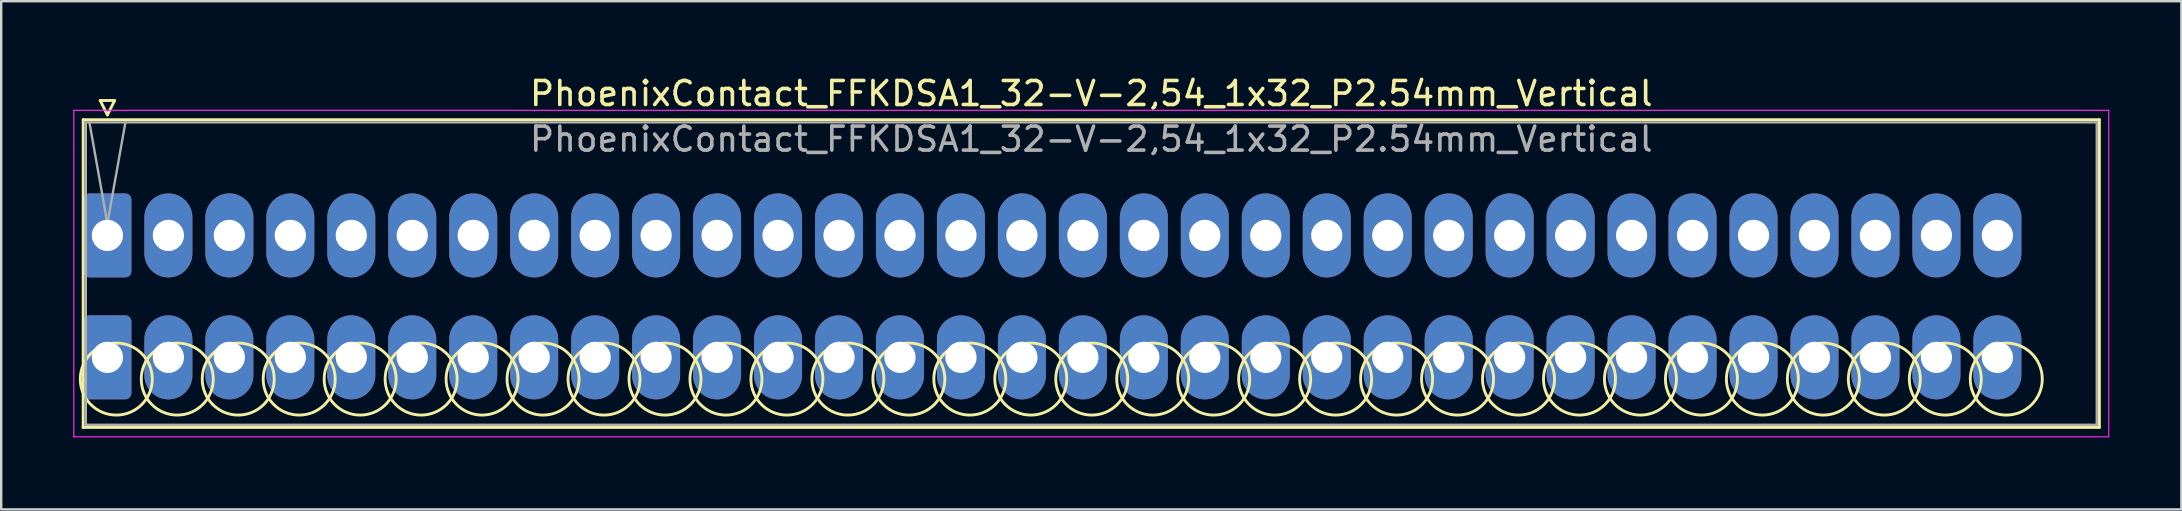
<source format=kicad_pcb>
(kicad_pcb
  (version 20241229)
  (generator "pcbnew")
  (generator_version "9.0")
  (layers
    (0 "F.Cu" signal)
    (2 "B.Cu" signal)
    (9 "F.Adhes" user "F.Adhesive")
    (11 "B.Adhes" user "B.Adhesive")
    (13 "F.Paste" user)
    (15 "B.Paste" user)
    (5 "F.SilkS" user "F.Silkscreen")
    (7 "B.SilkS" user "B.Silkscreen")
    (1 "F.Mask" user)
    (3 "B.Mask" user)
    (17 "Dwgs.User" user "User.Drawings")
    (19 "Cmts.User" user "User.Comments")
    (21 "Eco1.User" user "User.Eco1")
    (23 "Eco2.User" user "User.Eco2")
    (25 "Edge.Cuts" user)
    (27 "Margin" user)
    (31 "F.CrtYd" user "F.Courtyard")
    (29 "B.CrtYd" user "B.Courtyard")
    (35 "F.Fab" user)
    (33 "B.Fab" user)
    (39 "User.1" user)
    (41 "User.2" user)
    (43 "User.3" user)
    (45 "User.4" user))
  (footprint "PhoenixContact_FFKDSA1_32-V-2,54_1x32_P2.54mm_Vertical"
    (layer "F.Cu")
    (at 1.425 6.758)
    (property "Reference" "PhoenixContact_FFKDSA1_32-V-2,54_1x32_P2.54mm_Vertical" (at 40.99 -5.91 0) (layer "F.SilkS") (effects (font (size 1 1) (thickness 0.15))))
    (attr through_hole)
    (fp_line (start -1.01 -4.82) (end -1.01 8) (stroke (width 0.12) (type solid)) (layer "F.SilkS"))
    (fp_line (start -1.01 8) (end 82.99 8) (stroke (width 0.12) (type solid)) (layer "F.SilkS"))
    (fp_line (start -0.3 -5.62) (end 0.3 -5.62) (stroke (width 0.12) (type solid)) (layer "F.SilkS"))
    (fp_line (start 0 -5.02) (end -0.3 -5.62) (stroke (width 0.12) (type solid)) (layer "F.SilkS"))
    (fp_line (start 0.3 -5.62) (end 0 -5.02) (stroke (width 0.12) (type solid)) (layer "F.SilkS"))
    (fp_line (start 82.99 -4.82) (end -1.01 -4.82) (stroke (width 0.12) (type solid)) (layer "F.SilkS"))
    (fp_line (start 82.99 8) (end 82.99 -4.82) (stroke (width 0.12) (type solid)) (layer "F.SilkS"))
    (fp_circle (center 0.37 5.985) (end 1.87 5.985) (stroke (width 0.12) (type solid)) (fill no) (layer "F.SilkS"))
    (fp_circle (center 2.91 5.985) (end 4.41 5.985) (stroke (width 0.12) (type solid)) (fill no) (layer "F.SilkS"))
    (fp_circle (center 5.45 5.985) (end 6.95 5.985) (stroke (width 0.12) (type solid)) (fill no) (layer "F.SilkS"))
    (fp_circle (center 7.99 5.985) (end 9.49 5.985) (stroke (width 0.12) (type solid)) (fill no) (layer "F.SilkS"))
    (fp_circle (center 10.53 5.985) (end 12.03 5.985) (stroke (width 0.12) (type solid)) (fill no) (layer "F.SilkS"))
    (fp_circle (center 13.07 5.985) (end 14.57 5.985) (stroke (width 0.12) (type solid)) (fill no) (layer "F.SilkS"))
    (fp_circle (center 15.61 5.985) (end 17.11 5.985) (stroke (width 0.12) (type solid)) (fill no) (layer "F.SilkS"))
    (fp_circle (center 18.15 5.985) (end 19.65 5.985) (stroke (width 0.12) (type solid)) (fill no) (layer "F.SilkS"))
    (fp_circle (center 20.69 5.985) (end 22.19 5.985) (stroke (width 0.12) (type solid)) (fill no) (layer "F.SilkS"))
    (fp_circle (center 23.23 5.985) (end 24.73 5.985) (stroke (width 0.12) (type solid)) (fill no) (layer "F.SilkS"))
    (fp_circle (center 25.77 5.985) (end 27.27 5.985) (stroke (width 0.12) (type solid)) (fill no) (layer "F.SilkS"))
    (fp_circle (center 28.31 5.985) (end 29.81 5.985) (stroke (width 0.12) (type solid)) (fill no) (layer "F.SilkS"))
    (fp_circle (center 30.85 5.985) (end 32.35 5.985) (stroke (width 0.12) (type solid)) (fill no) (layer "F.SilkS"))
    (fp_circle (center 33.39 5.985) (end 34.89 5.985) (stroke (width 0.12) (type solid)) (fill no) (layer "F.SilkS"))
    (fp_circle (center 35.93 5.985) (end 37.43 5.985) (stroke (width 0.12) (type solid)) (fill no) (layer "F.SilkS"))
    (fp_circle (center 38.47 5.985) (end 39.97 5.985) (stroke (width 0.12) (type solid)) (fill no) (layer "F.SilkS"))
    (fp_circle (center 41.01 5.985) (end 42.51 5.985) (stroke (width 0.12) (type solid)) (fill no) (layer "F.SilkS"))
    (fp_circle (center 43.55 5.985) (end 45.05 5.985) (stroke (width 0.12) (type solid)) (fill no) (layer "F.SilkS"))
    (fp_circle (center 46.09 5.985) (end 47.59 5.985) (stroke (width 0.12) (type solid)) (fill no) (layer "F.SilkS"))
    (fp_circle (center 48.63 5.985) (end 50.13 5.985) (stroke (width 0.12) (type solid)) (fill no) (layer "F.SilkS"))
    (fp_circle (center 51.17 5.985) (end 52.67 5.985) (stroke (width 0.12) (type solid)) (fill no) (layer "F.SilkS"))
    (fp_circle (center 53.71 5.985) (end 55.21 5.985) (stroke (width 0.12) (type solid)) (fill no) (layer "F.SilkS"))
    (fp_circle (center 56.25 5.985) (end 57.75 5.985) (stroke (width 0.12) (type solid)) (fill no) (layer "F.SilkS"))
    (fp_circle (center 58.79 5.985) (end 60.29 5.985) (stroke (width 0.12) (type solid)) (fill no) (layer "F.SilkS"))
    (fp_circle (center 61.33 5.985) (end 62.83 5.985) (stroke (width 0.12) (type solid)) (fill no) (layer "F.SilkS"))
    (fp_circle (center 63.87 5.985) (end 65.37 5.985) (stroke (width 0.12) (type solid)) (fill no) (layer "F.SilkS"))
    (fp_circle (center 66.41 5.985) (end 67.91 5.985) (stroke (width 0.12) (type solid)) (fill no) (layer "F.SilkS"))
    (fp_circle (center 68.95 5.985) (end 70.45 5.985) (stroke (width 0.12) (type solid)) (fill no) (layer "F.SilkS"))
    (fp_circle (center 71.49 5.985) (end 72.99 5.985) (stroke (width 0.12) (type solid)) (fill no) (layer "F.SilkS"))
    (fp_circle (center 74.03 5.985) (end 75.53 5.985) (stroke (width 0.12) (type solid)) (fill no) (layer "F.SilkS"))
    (fp_circle (center 76.57 5.985) (end 78.07 5.985) (stroke (width 0.12) (type solid)) (fill no) (layer "F.SilkS"))
    (fp_circle (center 79.11 5.985) (end 80.61 5.985) (stroke (width 0.12) (type solid)) (fill no) (layer "F.SilkS"))
    (fp_line (start -1.4 -5.21) (end -1.4 8.39) (stroke (width 0.05) (type solid)) (layer "F.CrtYd"))
    (fp_line (start -1.4 8.39) (end 83.38 8.39) (stroke (width 0.05) (type solid)) (layer "F.CrtYd"))
    (fp_line (start 83.38 -5.21) (end -1.4 -5.21) (stroke (width 0.05) (type solid)) (layer "F.CrtYd"))
    (fp_line (start 83.38 8.39) (end 83.38 -5.21) (stroke (width 0.05) (type solid)) (layer "F.CrtYd"))
    (fp_line (start -0.9 -4.71) (end -0.9 7.89) (stroke (width 0.1) (type solid)) (layer "F.Fab"))
    (fp_line (start -0.9 7.89) (end 82.88 7.89) (stroke (width 0.1) (type solid)) (layer "F.Fab"))
    (fp_line (start 0 -0.5) (end -0.75 -4.71) (stroke (width 0.1) (type solid)) (layer "F.Fab"))
    (fp_line (start 0.75 -4.71) (end 0 -0.5) (stroke (width 0.1) (type solid)) (layer "F.Fab"))
    (fp_line (start 82.88 -4.71) (end -0.9 -4.71) (stroke (width 0.1) (type solid)) (layer "F.Fab"))
    (fp_line (start 82.88 7.89) (end 82.88 -4.71) (stroke (width 0.1) (type solid)) (layer "F.Fab"))
    (fp_text user "${REFERENCE}" (at 40.99 -4.01 0) (layer "F.Fab") (effects (font (size 1 1) (thickness 0.15))))
    (pad "1" thru_hole roundrect (at 0 0) (size 2 3.5) (drill 1.3) (layers "*.Cu" "*.Mask") (roundrect_rratio 0.125))
    (pad "1" thru_hole roundrect (at 0 5.08) (size 2 3.5) (drill 1.3) (layers "*.Cu" "*.Mask") (roundrect_rratio 0.125))
    (pad "2" thru_hole oval (at 2.54 0) (size 2 3.5) (drill 1.3) (layers "*.Cu" "*.Mask"))
    (pad "2" thru_hole oval (at 2.54 5.08) (size 2 3.5) (drill 1.3) (layers "*.Cu" "*.Mask"))
    (pad "3" thru_hole oval (at 5.08 0) (size 2 3.5) (drill 1.3) (layers "*.Cu" "*.Mask"))
    (pad "3" thru_hole oval (at 5.08 5.08) (size 2 3.5) (drill 1.3) (layers "*.Cu" "*.Mask"))
    (pad "4" thru_hole oval (at 7.62 0) (size 2 3.5) (drill 1.3) (layers "*.Cu" "*.Mask"))
    (pad "4" thru_hole oval (at 7.62 5.08) (size 2 3.5) (drill 1.3) (layers "*.Cu" "*.Mask"))
    (pad "5" thru_hole oval (at 10.16 0) (size 2 3.5) (drill 1.3) (layers "*.Cu" "*.Mask"))
    (pad "5" thru_hole oval (at 10.16 5.08) (size 2 3.5) (drill 1.3) (layers "*.Cu" "*.Mask"))
    (pad "6" thru_hole oval (at 12.7 0) (size 2 3.5) (drill 1.3) (layers "*.Cu" "*.Mask"))
    (pad "6" thru_hole oval (at 12.7 5.08) (size 2 3.5) (drill 1.3) (layers "*.Cu" "*.Mask"))
    (pad "7" thru_hole oval (at 15.24 0) (size 2 3.5) (drill 1.3) (layers "*.Cu" "*.Mask"))
    (pad "7" thru_hole oval (at 15.24 5.08) (size 2 3.5) (drill 1.3) (layers "*.Cu" "*.Mask"))
    (pad "8" thru_hole oval (at 17.78 0) (size 2 3.5) (drill 1.3) (layers "*.Cu" "*.Mask"))
    (pad "8" thru_hole oval (at 17.78 5.08) (size 2 3.5) (drill 1.3) (layers "*.Cu" "*.Mask"))
    (pad "9" thru_hole oval (at 20.32 0) (size 2 3.5) (drill 1.3) (layers "*.Cu" "*.Mask"))
    (pad "9" thru_hole oval (at 20.32 5.08) (size 2 3.5) (drill 1.3) (layers "*.Cu" "*.Mask"))
    (pad "10" thru_hole oval (at 22.86 0) (size 2 3.5) (drill 1.3) (layers "*.Cu" "*.Mask"))
    (pad "10" thru_hole oval (at 22.86 5.08) (size 2 3.5) (drill 1.3) (layers "*.Cu" "*.Mask"))
    (pad "11" thru_hole oval (at 25.4 0) (size 2 3.5) (drill 1.3) (layers "*.Cu" "*.Mask"))
    (pad "11" thru_hole oval (at 25.4 5.08) (size 2 3.5) (drill 1.3) (layers "*.Cu" "*.Mask"))
    (pad "12" thru_hole oval (at 27.94 0) (size 2 3.5) (drill 1.3) (layers "*.Cu" "*.Mask"))
    (pad "12" thru_hole oval (at 27.94 5.08) (size 2 3.5) (drill 1.3) (layers "*.Cu" "*.Mask"))
    (pad "13" thru_hole oval (at 30.48 0) (size 2 3.5) (drill 1.3) (layers "*.Cu" "*.Mask"))
    (pad "13" thru_hole oval (at 30.48 5.08) (size 2 3.5) (drill 1.3) (layers "*.Cu" "*.Mask"))
    (pad "14" thru_hole oval (at 33.02 0) (size 2 3.5) (drill 1.3) (layers "*.Cu" "*.Mask"))
    (pad "14" thru_hole oval (at 33.02 5.08) (size 2 3.5) (drill 1.3) (layers "*.Cu" "*.Mask"))
    (pad "15" thru_hole oval (at 35.56 0) (size 2 3.5) (drill 1.3) (layers "*.Cu" "*.Mask"))
    (pad "15" thru_hole oval (at 35.56 5.08) (size 2 3.5) (drill 1.3) (layers "*.Cu" "*.Mask"))
    (pad "16" thru_hole oval (at 38.1 0) (size 2 3.5) (drill 1.3) (layers "*.Cu" "*.Mask"))
    (pad "16" thru_hole oval (at 38.1 5.08) (size 2 3.5) (drill 1.3) (layers "*.Cu" "*.Mask"))
    (pad "17" thru_hole oval (at 40.64 0) (size 2 3.5) (drill 1.3) (layers "*.Cu" "*.Mask"))
    (pad "17" thru_hole oval (at 40.64 5.08) (size 2 3.5) (drill 1.3) (layers "*.Cu" "*.Mask"))
    (pad "18" thru_hole oval (at 43.18 0) (size 2 3.5) (drill 1.3) (layers "*.Cu" "*.Mask"))
    (pad "18" thru_hole oval (at 43.18 5.08) (size 2 3.5) (drill 1.3) (layers "*.Cu" "*.Mask"))
    (pad "19" thru_hole oval (at 45.72 0) (size 2 3.5) (drill 1.3) (layers "*.Cu" "*.Mask"))
    (pad "19" thru_hole oval (at 45.72 5.08) (size 2 3.5) (drill 1.3) (layers "*.Cu" "*.Mask"))
    (pad "20" thru_hole oval (at 48.26 0) (size 2 3.5) (drill 1.3) (layers "*.Cu" "*.Mask"))
    (pad "20" thru_hole oval (at 48.26 5.08) (size 2 3.5) (drill 1.3) (layers "*.Cu" "*.Mask"))
    (pad "21" thru_hole oval (at 50.8 0) (size 2 3.5) (drill 1.3) (layers "*.Cu" "*.Mask"))
    (pad "21" thru_hole oval (at 50.8 5.08) (size 2 3.5) (drill 1.3) (layers "*.Cu" "*.Mask"))
    (pad "22" thru_hole oval (at 53.34 0) (size 2 3.5) (drill 1.3) (layers "*.Cu" "*.Mask"))
    (pad "22" thru_hole oval (at 53.34 5.08) (size 2 3.5) (drill 1.3) (layers "*.Cu" "*.Mask"))
    (pad "23" thru_hole oval (at 55.88 0) (size 2 3.5) (drill 1.3) (layers "*.Cu" "*.Mask"))
    (pad "23" thru_hole oval (at 55.88 5.08) (size 2 3.5) (drill 1.3) (layers "*.Cu" "*.Mask"))
    (pad "24" thru_hole oval (at 58.42 0) (size 2 3.5) (drill 1.3) (layers "*.Cu" "*.Mask"))
    (pad "24" thru_hole oval (at 58.42 5.08) (size 2 3.5) (drill 1.3) (layers "*.Cu" "*.Mask"))
    (pad "25" thru_hole oval (at 60.96 0) (size 2 3.5) (drill 1.3) (layers "*.Cu" "*.Mask"))
    (pad "25" thru_hole oval (at 60.96 5.08) (size 2 3.5) (drill 1.3) (layers "*.Cu" "*.Mask"))
    (pad "26" thru_hole oval (at 63.5 0) (size 2 3.5) (drill 1.3) (layers "*.Cu" "*.Mask"))
    (pad "26" thru_hole oval (at 63.5 5.08) (size 2 3.5) (drill 1.3) (layers "*.Cu" "*.Mask"))
    (pad "27" thru_hole oval (at 66.04 0) (size 2 3.5) (drill 1.3) (layers "*.Cu" "*.Mask"))
    (pad "27" thru_hole oval (at 66.04 5.08) (size 2 3.5) (drill 1.3) (layers "*.Cu" "*.Mask"))
    (pad "28" thru_hole oval (at 68.58 0) (size 2 3.5) (drill 1.3) (layers "*.Cu" "*.Mask"))
    (pad "28" thru_hole oval (at 68.58 5.08) (size 2 3.5) (drill 1.3) (layers "*.Cu" "*.Mask"))
    (pad "29" thru_hole oval (at 71.12 0) (size 2 3.5) (drill 1.3) (layers "*.Cu" "*.Mask"))
    (pad "29" thru_hole oval (at 71.12 5.08) (size 2 3.5) (drill 1.3) (layers "*.Cu" "*.Mask"))
    (pad "30" thru_hole oval (at 73.66 0) (size 2 3.5) (drill 1.3) (layers "*.Cu" "*.Mask"))
    (pad "30" thru_hole oval (at 73.66 5.08) (size 2 3.5) (drill 1.3) (layers "*.Cu" "*.Mask"))
    (pad "31" thru_hole oval (at 76.2 0) (size 2 3.5) (drill 1.3) (layers "*.Cu" "*.Mask"))
    (pad "31" thru_hole oval (at 76.2 5.08) (size 2 3.5) (drill 1.3) (layers "*.Cu" "*.Mask"))
    (pad "32" thru_hole oval (at 78.74 0) (size 2 3.5) (drill 1.3) (layers "*.Cu" "*.Mask"))
    (pad "32" thru_hole oval (at 78.74 5.08) (size 2 3.5) (drill 1.3) (layers "*.Cu" "*.Mask")))
  (gr_rect
    (start -3 -3)
    (end 87.83 18.173)
    (stroke (width 0.1) (type default))
    (fill no)
    (layer "Edge.Cuts")))
</source>
